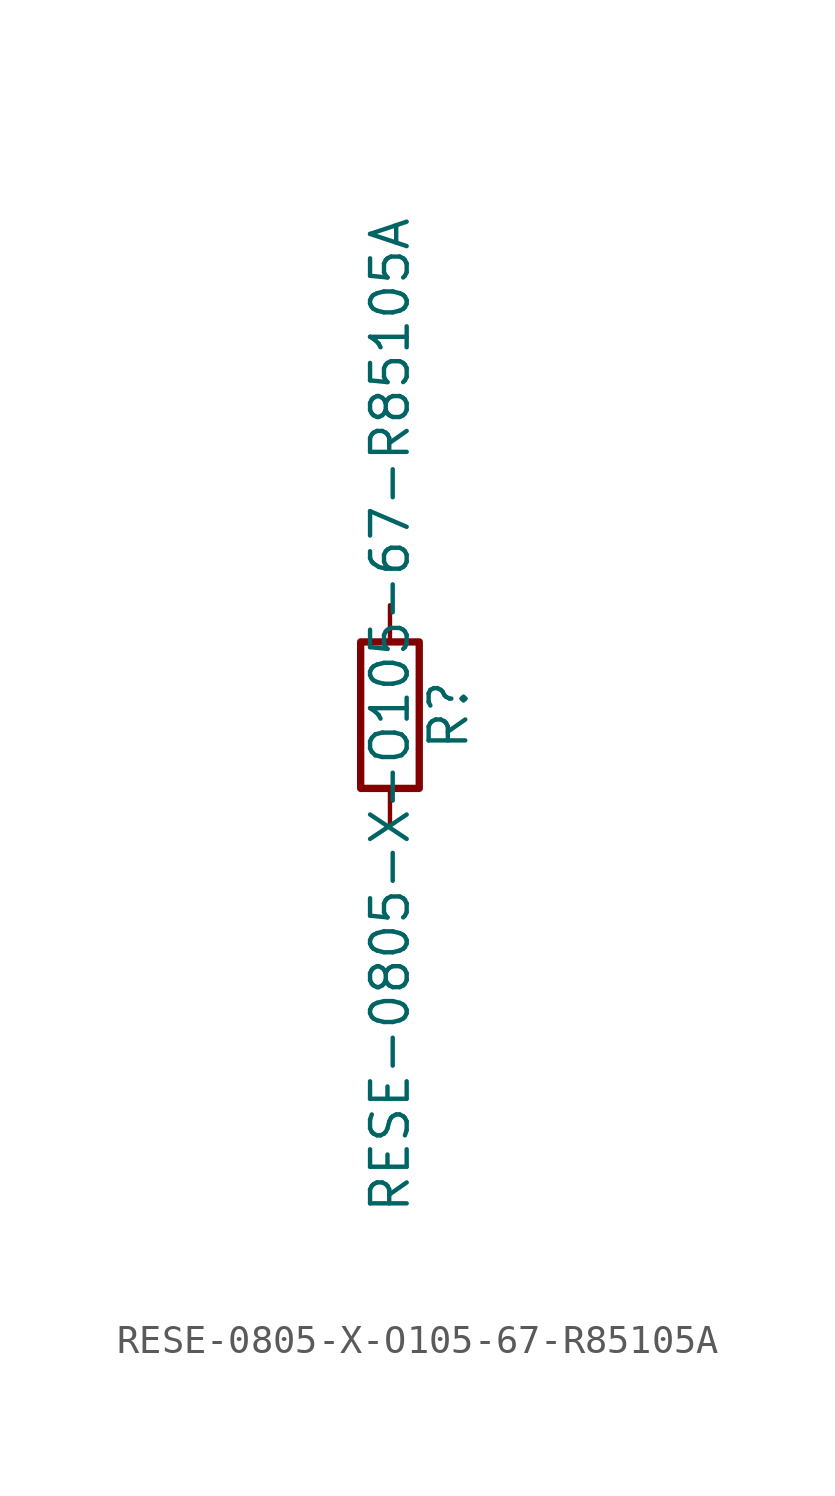
<source format=kicad_sym>
(kicad_symbol_lib
  (version 20211014)
  (generator kicad_symbol_editor)
  (symbol "RESE-0805-X-O105-67-R85105A"
    (pin_numbers hide)
    (pin_names
      (offset 0))
    (property "Reference" "R"
      (at 2.032 0 90)
      (effects (font (size 1.27 1.27))))
    (property "Value" "RESE-0805-X-O105-67-R85105A"
      (at 0 0 90)
      (effects (font (size 1.27 1.27))))
    (symbol "RESE-0805-X-O105-67-R85105A_0_1"
      (rectangle (start -1.016 -2.54) (end 1.016 2.54) (stroke (width 0.254) (type default) (color 0 0 0 0)) (fill (type none))))
    (symbol "RESE-0805-X-O105-67-R85105A_1_1"
      (pin passive line (at 0 3.81 270) (length 1.27) (name "~" (effects (font (size 1.27 1.27)))) (number "1" (effects (font (size 1.27 1.27)))))
      (pin passive line (at 0 -3.81 90) (length 1.27) (name "~" (effects (font (size 1.27 1.27)))) (number "2" (effects (font (size 1.27 1.27))))))))
</source>
